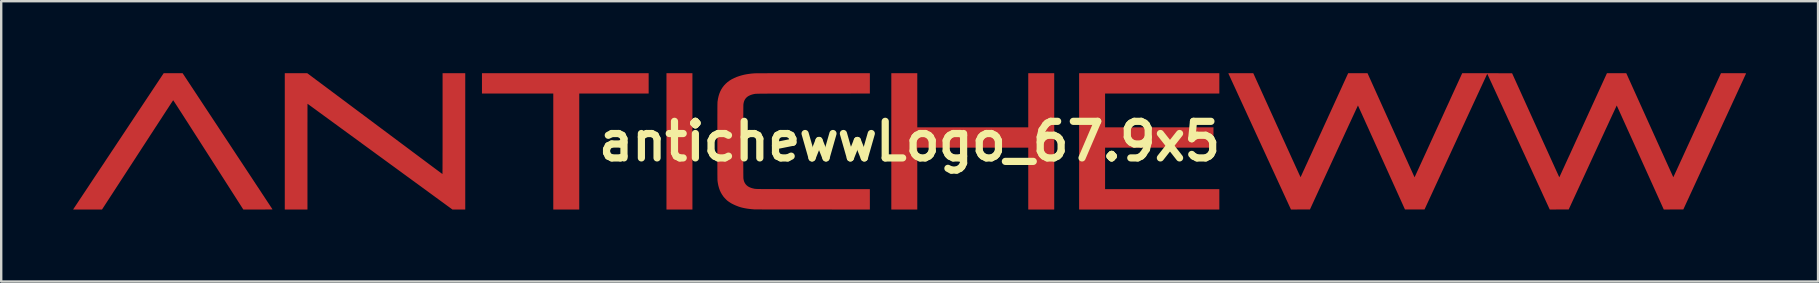
<source format=kicad_pcb>
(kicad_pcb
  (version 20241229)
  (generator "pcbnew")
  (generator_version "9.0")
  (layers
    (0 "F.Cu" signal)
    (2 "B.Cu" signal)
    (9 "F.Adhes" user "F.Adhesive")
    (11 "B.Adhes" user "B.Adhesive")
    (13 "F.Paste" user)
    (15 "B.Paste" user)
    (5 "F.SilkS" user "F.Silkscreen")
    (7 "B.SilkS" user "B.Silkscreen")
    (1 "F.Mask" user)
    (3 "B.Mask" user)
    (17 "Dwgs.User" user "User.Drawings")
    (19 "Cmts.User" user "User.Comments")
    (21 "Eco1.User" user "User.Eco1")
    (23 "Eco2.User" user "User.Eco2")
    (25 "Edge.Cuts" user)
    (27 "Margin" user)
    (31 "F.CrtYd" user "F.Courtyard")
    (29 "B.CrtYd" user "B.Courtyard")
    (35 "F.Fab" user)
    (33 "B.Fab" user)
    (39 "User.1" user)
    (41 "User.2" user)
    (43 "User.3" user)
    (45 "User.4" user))
  (footprint "antichewwLogo_67.9x5"
    (layer "F.Cu")
    (at 34.851 2.84)
    (property "Reference" "antichewwLogo_67.9x5" (at 0 0 0) (layer "F.SilkS") (effects (font (size 1.524 1.524) (thickness 0.3))))
    (attr through_hole)
    (pad "1" smd custom (at -30.734 -2.286) (size 0.508 0.508) (layers "F.Cu" "F.Mask") (options (anchor circle)) (primitives (gr_poly (pts (xy 2.309 2.282) (xy 2.411 2.436) (xy 2.511 2.589) (xy 2.611 2.739) (xy 2.708 2.887) (xy 2.804 3.032) (xy 2.898 3.174) (xy 2.989 3.312) (xy 3.079 3.448) (xy 3.166 3.58) (xy 3.25 3.707) (xy 3.332 3.831) (xy 3.411 3.951) (xy 3.486 4.066) (xy 3.559 4.176) (xy 3.629 4.281) (xy 3.695 4.381) (xy 3.757 4.476) (xy 3.816 4.565) (xy 3.871 4.649) (xy 3.922 4.726) (xy 3.969 4.797) (xy 4.011 4.861) (xy 4.05 4.919) (xy 4.083 4.97) (xy 4.112 5.014) (xy 4.136 5.05) (xy 4.155 5.079) (xy 4.168 5.099) (xy 4.177 5.112) (xy 4.18 5.117) (xy 4.18 5.117) (xy 4.175 5.117) (xy 4.161 5.118) (xy 4.137 5.118) (xy 4.106 5.119) (xy 4.067 5.119) (xy 4.021 5.12) (xy 3.968 5.12) (xy 3.909 5.12) (xy 3.846 5.121) (xy 3.777 5.121) (xy 3.705 5.121) (xy 3.63 5.121) (xy 3.578 5.121) (xy 2.974 5.121) (xy 1.514 2.84) (xy 1.403 2.667) (xy 1.298 2.503) (xy 1.198 2.347) (xy 1.104 2.199) (xy 1.014 2.059) (xy 0.929 1.927) (xy 0.849 1.802) (xy 0.774 1.685) (xy 0.703 1.574) (xy 0.637 1.47) (xy 0.574 1.374) (xy 0.516 1.283) (xy 0.462 1.199) (xy 0.412 1.121) (xy 0.366 1.05) (xy 0.323 0.984) (xy 0.284 0.923) (xy 0.249 0.868) (xy 0.217 0.819) (xy 0.188 0.774) (xy 0.162 0.734) (xy 0.139 0.699) (xy 0.119 0.668) (xy 0.102 0.642) (xy 0.087 0.62) (xy 0.075 0.602) (xy 0.065 0.588) (xy 0.057 0.577) (xy 0.052 0.57) (xy 0.048 0.566) (xy 0.047 0.565) (xy 0.047 0.565) (xy 0.044 0.569) (xy 0.035 0.582) (xy 0.022 0.603) (xy 0.003 0.632) (xy -0.021 0.668) (xy -0.049 0.711) (xy -0.082 0.762) (xy -0.12 0.819) (xy -0.161 0.883) (xy -0.207 0.953) (xy -0.257 1.029) (xy -0.31 1.111) (xy -0.367 1.199) (xy -0.427 1.292) (xy -0.491 1.39) (xy -0.558 1.492) (xy -0.628 1.6) (xy -0.701 1.711) (xy -0.776 1.827) (xy -0.854 1.946) (xy -0.934 2.069) (xy -1.016 2.195) (xy -1.1 2.325) (xy -1.186 2.457) (xy -1.274 2.592) (xy -1.363 2.729) (xy -1.439 2.846) (xy -2.919 5.121) (xy -4.112 5.121) (xy -4.095 5.095) (xy -4.091 5.088) (xy -4.081 5.074) (xy -4.067 5.052) (xy -4.047 5.022) (xy -4.022 4.985) (xy -3.993 4.941) (xy -3.959 4.891) (xy -3.921 4.833) (xy -3.879 4.77) (xy -3.834 4.701) (xy -3.784 4.627) (xy -3.731 4.547) (xy -3.675 4.462) (xy -3.615 4.373) (xy -3.553 4.279) (xy -3.488 4.182) (xy -3.421 4.08) (xy -3.351 3.975) (xy -3.279 3.867) (xy -3.206 3.756) (xy -3.13 3.643) (xy -3.053 3.527) (xy -2.992 3.434) (xy -2.904 3.303) (xy -2.814 3.168) (xy -2.722 3.028) (xy -2.627 2.886) (xy -2.531 2.741) (xy -2.433 2.595) (xy -2.335 2.447) (xy -2.237 2.299) (xy -2.138 2.151) (xy -2.04 2.003) (xy -1.943 1.857) (xy -1.848 1.714) (xy -1.754 1.572) (xy -1.662 1.435) (xy -1.574 1.301) (xy -1.488 1.172) (xy -1.406 1.048) (xy -1.327 0.93) (xy -1.253 0.819) (xy -1.184 0.715) (xy -1.125 0.626) (xy -0.344 -0.549) (xy 0.047 -0.549) (xy 0.439 -0.549) (xy 2.309 2.282)) (width 0.01) (fill yes))))
    (pad "1" smd custom (at -25.4 -2.286) (size 0.508 0.508) (layers "F.Cu" "F.Mask") (options (anchor circle)) (primitives (gr_poly (pts (xy 2.394 1.014) (xy 2.531 1.116) (xy 2.669 1.219) (xy 2.807 1.322) (xy 2.945 1.425) (xy 3.083 1.528) (xy 3.219 1.63) (xy 3.355 1.731) (xy 3.489 1.831) (xy 3.622 1.93) (xy 3.752 2.028) (xy 3.88 2.123) (xy 4.005 2.216) (xy 4.126 2.307) (xy 4.244 2.395) (xy 4.358 2.479) (xy 4.467 2.561) (xy 4.572 2.639) (xy 4.671 2.714) (xy 4.766 2.784) (xy 4.854 2.85) (xy 4.936 2.911) (xy 5.011 2.967) (xy 5.08 3.018) (xy 5.141 3.064) (xy 5.195 3.104) (xy 5.21 3.116) (xy 5.286 3.172) (xy 5.36 3.228) (xy 5.432 3.281) (xy 5.5 3.332) (xy 5.565 3.38) (xy 5.626 3.426) (xy 5.683 3.468) (xy 5.736 3.507) (xy 5.783 3.542) (xy 5.825 3.573) (xy 5.861 3.6) (xy 5.89 3.621) (xy 5.913 3.638) (xy 5.929 3.65) (xy 5.937 3.656) (xy 5.938 3.656) (xy 5.939 3.655) (xy 5.939 3.651) (xy 5.94 3.643) (xy 5.94 3.632) (xy 5.941 3.616) (xy 5.941 3.597) (xy 5.941 3.573) (xy 5.942 3.544) (xy 5.942 3.51) (xy 5.942 3.471) (xy 5.943 3.427) (xy 5.943 3.377) (xy 5.943 3.321) (xy 5.943 3.259) (xy 5.944 3.19) (xy 5.944 3.115) (xy 5.944 3.032) (xy 5.944 2.942) (xy 5.944 2.845) (xy 5.944 2.74) (xy 5.945 2.627) (xy 5.945 2.505) (xy 5.945 2.375) (xy 5.945 2.237) (xy 5.945 2.089) (xy 5.945 1.931) (xy 5.945 1.765) (xy 5.945 1.588) (xy 5.945 1.555) (xy 5.945 -0.549) (xy 6.88 -0.549) (xy 6.88 5.121) (xy 6.352 5.121) (xy 6.323 5.099) (xy 6.315 5.094) (xy 6.3 5.083) (xy 6.278 5.066) (xy 6.248 5.045) (xy 6.213 5.019) (xy 6.171 4.989) (xy 6.124 4.955) (xy 6.073 4.917) (xy 6.017 4.876) (xy 5.957 4.832) (xy 5.893 4.786) (xy 5.826 4.737) (xy 5.757 4.686) (xy 5.686 4.634) (xy 5.663 4.618) (xy 5.618 4.585) (xy 5.566 4.547) (xy 5.506 4.503) (xy 5.439 4.454) (xy 5.365 4.4) (xy 5.285 4.341) (xy 5.198 4.278) (xy 5.106 4.211) (xy 5.008 4.139) (xy 4.905 4.064) (xy 4.797 3.986) (xy 4.685 3.904) (xy 4.569 3.819) (xy 4.449 3.732) (xy 4.326 3.642) (xy 4.199 3.549) (xy 4.07 3.455) (xy 3.939 3.359) (xy 3.805 3.262) (xy 3.67 3.163) (xy 3.534 3.064) (xy 3.396 2.963) (xy 3.258 2.863) (xy 3.12 2.762) (xy 2.982 2.661) (xy 2.889 2.593) (xy 2.754 2.495) (xy 2.621 2.398) (xy 2.49 2.302) (xy 2.361 2.207) (xy 2.233 2.114) (xy 2.108 2.023) (xy 1.986 1.934) (xy 1.867 1.847) (xy 1.75 1.762) (xy 1.638 1.68) (xy 1.529 1.6) (xy 1.424 1.524) (xy 1.323 1.45) (xy 1.227 1.38) (xy 1.136 1.313) (xy 1.05 1.251) (xy 0.969 1.192) (xy 0.894 1.137) (xy 0.825 1.087) (xy 0.762 1.041) (xy 0.706 1) (xy 0.656 0.963) (xy 0.614 0.932) (xy 0.578 0.907) (xy 0.551 0.886) (xy 0.531 0.872) (xy 0.527 0.869) (xy 0.486 0.839) (xy 0.447 0.811) (xy 0.411 0.785) (xy 0.38 0.762) (xy 0.353 0.743) (xy 0.331 0.727) (xy 0.316 0.717) (xy 0.308 0.711) (xy 0.307 0.711) (xy 0.307 0.716) (xy 0.307 0.731) (xy 0.307 0.755) (xy 0.307 0.789) (xy 0.307 0.831) (xy 0.306 0.882) (xy 0.306 0.941) (xy 0.306 1.008) (xy 0.306 1.083) (xy 0.306 1.165) (xy 0.306 1.253) (xy 0.306 1.349) (xy 0.306 1.45) (xy 0.305 1.557) (xy 0.305 1.67) (xy 0.305 1.789) (xy 0.305 1.912) (xy 0.305 2.04) (xy 0.305 2.172) (xy 0.305 2.308) (xy 0.305 2.448) (xy 0.305 2.591) (xy 0.305 2.737) (xy 0.305 2.885) (xy 0.305 5.121) (xy -0.63 5.121) (xy -0.63 -0.549) (xy 0.299 -0.549) (xy 2.394 1.014)) (width 0.01) (fill yes))))
    (pad "1" smd custom (at -14.732 -2.286) (size 0.508 0.508) (layers "F.Cu" "F.Mask") (options (anchor circle)) (primitives (gr_poly (pts (xy 3.854 0.289) (xy 0.962 0.289) (xy 0.962 5.121) (xy -0.11 5.121) (xy -0.11 0.289) (xy -3.082 0.289) (xy -3.082 -0.549) (xy 3.854 -0.549) (xy 3.854 0.289)) (width 0.01) (fill yes))))
    (pad "1" smd custom (at -9.652 -2.286) (size 0.508 0.508) (layers "F.Cu" "F.Mask") (options (anchor circle)) (primitives (gr_poly (pts (xy 0.598 5.121) (xy -0.474 5.121) (xy -0.474 -0.549) (xy 0.598 -0.549) (xy 0.598 5.121)) (width 0.01) (fill yes))))
    (pad "1" smd custom (at -3.302 -2.286) (size 0.508 0.508) (layers "F.Cu" "F.Mask") (options (anchor circle)) (primitives (gr_poly (pts (xy 1.641 0.289) (xy -0.716 0.291) (xy -0.901 0.291) (xy -1.077 0.291) (xy -1.243 0.291) (xy -1.4 0.291) (xy -1.547 0.291) (xy -1.686 0.291) (xy -1.817 0.291) (xy -1.939 0.291) (xy -2.053 0.291) (xy -2.16 0.292) (xy -2.259 0.292) (xy -2.352 0.292) (xy -2.437 0.292) (xy -2.516 0.292) (xy -2.589 0.292) (xy -2.656 0.293) (xy -2.717 0.293) (xy -2.773 0.293) (xy -2.823 0.294) (xy -2.869 0.294) (xy -2.91 0.295) (xy -2.947 0.295) (xy -2.981 0.296) (xy -3.01 0.296) (xy -3.036 0.297) (xy -3.059 0.298) (xy -3.079 0.299) (xy -3.096 0.299) (xy -3.111 0.3) (xy -3.125 0.301) (xy -3.136 0.303) (xy -3.146 0.304) (xy -3.155 0.305) (xy -3.163 0.306) (xy -3.17 0.308) (xy -3.177 0.309) (xy -3.184 0.311) (xy -3.191 0.312) (xy -3.199 0.314) (xy -3.208 0.316) (xy -3.209 0.317) (xy -3.263 0.33) (xy -3.317 0.348) (xy -3.368 0.37) (xy -3.414 0.393) (xy -3.442 0.41) (xy -3.493 0.451) (xy -3.536 0.498) (xy -3.571 0.551) (xy -3.598 0.611) (xy -3.617 0.677) (xy -3.628 0.743) (xy -3.629 0.753) (xy -3.629 0.772) (xy -3.63 0.799) (xy -3.63 0.835) (xy -3.631 0.88) (xy -3.631 0.934) (xy -3.632 0.997) (xy -3.632 1.069) (xy -3.632 1.151) (xy -3.633 1.241) (xy -3.633 1.342) (xy -3.633 1.452) (xy -3.633 1.571) (xy -3.633 1.7) (xy -3.633 1.839) (xy -3.634 1.988) (xy -3.634 2.147) (xy -3.634 2.286) (xy -3.634 2.453) (xy -3.634 2.61) (xy -3.633 2.758) (xy -3.633 2.895) (xy -3.633 3.022) (xy -3.633 3.14) (xy -3.633 3.248) (xy -3.633 3.347) (xy -3.632 3.436) (xy -3.632 3.516) (xy -3.632 3.587) (xy -3.631 3.648) (xy -3.631 3.701) (xy -3.63 3.744) (xy -3.63 3.779) (xy -3.629 3.804) (xy -3.629 3.821) (xy -3.628 3.829) (xy -3.616 3.901) (xy -3.596 3.966) (xy -3.568 4.025) (xy -3.532 4.078) (xy -3.489 4.124) (xy -3.442 4.162) (xy -3.402 4.186) (xy -3.354 4.209) (xy -3.302 4.229) (xy -3.248 4.246) (xy -3.209 4.255) (xy -3.201 4.257) (xy -3.193 4.259) (xy -3.185 4.261) (xy -3.178 4.263) (xy -3.171 4.264) (xy -3.164 4.265) (xy -3.156 4.267) (xy -3.148 4.268) (xy -3.138 4.269) (xy -3.127 4.27) (xy -3.114 4.271) (xy -3.099 4.272) (xy -3.082 4.273) (xy -3.063 4.274) (xy -3.04 4.275) (xy -3.015 4.275) (xy -2.986 4.276) (xy -2.954 4.277) (xy -2.917 4.277) (xy -2.877 4.278) (xy -2.832 4.278) (xy -2.782 4.279) (xy -2.727 4.279) (xy -2.667 4.279) (xy -2.601 4.279) (xy -2.53 4.28) (xy -2.452 4.28) (xy -2.367 4.28) (xy -2.276 4.28) (xy -2.178 4.28) (xy -2.073 4.281) (xy -1.96 4.281) (xy -1.839 4.281) (xy -1.71 4.281) (xy -1.573 4.281) (xy -1.427 4.281) (xy -1.272 4.281) (xy -1.108 4.281) (xy -0.934 4.281) (xy -0.75 4.281) (xy -0.716 4.281) (xy 1.641 4.283) (xy 1.641 5.121) (xy -0.726 5.12) (xy -0.881 5.12) (xy -1.034 5.12) (xy -1.184 5.12) (xy -1.332 5.12) (xy -1.476 5.12) (xy -1.617 5.12) (xy -1.753 5.12) (xy -1.885 5.12) (xy -2.013 5.119) (xy -2.136 5.119) (xy -2.254 5.119) (xy -2.366 5.119) (xy -2.472 5.119) (xy -2.572 5.118) (xy -2.665 5.118) (xy -2.752 5.118) (xy -2.831 5.118) (xy -2.903 5.117) (xy -2.966 5.117) (xy -3.022 5.117) (xy -3.069 5.117) (xy -3.108 5.116) (xy -3.137 5.116) (xy -3.156 5.116) (xy -3.166 5.116) (xy -3.263 5.108) (xy -3.36 5.098) (xy -3.455 5.086) (xy -3.547 5.07) (xy -3.633 5.053) (xy -3.711 5.034) (xy -3.773 5.016) (xy -3.832 4.996) (xy -3.894 4.972) (xy -3.958 4.946) (xy -4.019 4.918) (xy -4.076 4.89) (xy -4.126 4.864) (xy -4.126 4.863) (xy -4.148 4.85) (xy -4.175 4.833) (xy -4.205 4.813) (xy -4.235 4.793) (xy -4.262 4.774) (xy -4.283 4.758) (xy -4.287 4.755) (xy -4.31 4.735) (xy -4.337 4.709) (xy -4.366 4.68) (xy -4.396 4.648) (xy -4.425 4.616) (xy -4.45 4.586) (xy -4.462 4.57) (xy -4.515 4.492) (xy -4.562 4.409) (xy -4.602 4.322) (xy -4.635 4.228) (xy -4.663 4.128) (xy -4.684 4.02) (xy -4.694 3.952) (xy -4.695 3.945) (xy -4.696 3.938) (xy -4.697 3.929) (xy -4.697 3.919) (xy -4.698 3.908) (xy -4.699 3.894) (xy -4.699 3.878) (xy -4.7 3.859) (xy -4.7 3.837) (xy -4.7 3.812) (xy -4.701 3.783) (xy -4.701 3.75) (xy -4.701 3.713) (xy -4.702 3.67) (xy -4.702 3.623) (xy -4.702 3.57) (xy -4.702 3.511) (xy -4.703 3.446) (xy -4.703 3.375) (xy -4.703 3.297) (xy -4.703 3.211) (xy -4.703 3.118) (xy -4.703 3.018) (xy -4.703 2.909) (xy -4.703 2.791) (xy -4.703 2.664) (xy -4.703 2.529) (xy -4.703 2.383) (xy -4.703 2.286) (xy -4.703 2.134) (xy -4.703 1.992) (xy -4.703 1.86) (xy -4.703 1.737) (xy -4.703 1.622) (xy -4.703 1.516) (xy -4.703 1.419) (xy -4.703 1.328) (xy -4.703 1.246) (xy -4.703 1.17) (xy -4.702 1.101) (xy -4.702 1.038) (xy -4.702 0.982) (xy -4.702 0.931) (xy -4.702 0.886) (xy -4.701 0.845) (xy -4.701 0.809) (xy -4.701 0.778) (xy -4.7 0.75) (xy -4.7 0.726) (xy -4.699 0.706) (xy -4.699 0.688) (xy -4.698 0.673) (xy -4.698 0.66) (xy -4.697 0.649) (xy -4.696 0.64) (xy -4.696 0.631) (xy -4.695 0.624) (xy -4.694 0.62) (xy -4.676 0.505) (xy -4.651 0.398) (xy -4.62 0.298) (xy -4.582 0.205) (xy -4.537 0.118) (xy -4.485 0.037) (xy -4.426 -0.039) (xy -4.359 -0.11) (xy -4.284 -0.177) (xy -4.279 -0.181) (xy -4.195 -0.243) (xy -4.103 -0.299) (xy -4.002 -0.35) (xy -3.893 -0.396) (xy -3.781 -0.434) (xy -3.684 -0.462) (xy -3.589 -0.486) (xy -3.493 -0.505) (xy -3.394 -0.52) (xy -3.291 -0.533) (xy -3.181 -0.542) (xy -3.143 -0.544) (xy -3.131 -0.544) (xy -3.108 -0.545) (xy -3.076 -0.545) (xy -3.033 -0.546) (xy -2.981 -0.546) (xy -2.919 -0.546) (xy -2.848 -0.547) (xy -2.768 -0.547) (xy -2.678 -0.547) (xy -2.579 -0.548) (xy -2.471 -0.548) (xy -2.354 -0.548) (xy -2.229 -0.548) (xy -2.095 -0.548) (xy -1.952 -0.549) (xy -1.8 -0.549) (xy -1.641 -0.549) (xy -1.473 -0.549) (xy -1.297 -0.549) (xy -1.113 -0.549) (xy -0.921 -0.549) (xy -0.722 -0.549) (xy -0.708 -0.549) (xy 1.641 -0.549) (xy 1.641 0.289)) (width 0.01) (fill yes))))
    (pad "1" smd custom (at -0.254 -2.286) (size 0.508 0.508) (layers "F.Cu" "F.Mask") (options (anchor circle)) (primitives (gr_poly (pts (xy 0.569 1.707) (xy 5.203 1.707) (xy 5.203 -0.549) (xy 6.275 -0.549) (xy 6.275 5.121) (xy 5.203 5.121) (xy 5.203 2.545) (xy 0.569 2.545) (xy 0.569 5.121) (xy -0.503 5.121) (xy -0.503 -0.549) (xy 0.569 -0.549) (xy 0.569 1.707)) (width 0.01) (fill yes))))
    (pad "1" smd custom (at 7.62 -2.286) (size 0.508 0.508) (layers "F.Cu" "F.Mask") (options (anchor circle)) (primitives (gr_poly (pts (xy 5.281 0.289) (xy 0.52 0.289) (xy 0.52 1.707) (xy 5.037 1.707) (xy 5.037 2.545) (xy 0.52 2.545) (xy 0.52 4.283) (xy 5.281 4.283) (xy 5.281 5.121) (xy -0.552 5.121) (xy -0.552 -0.549) (xy 5.281 -0.549) (xy 5.281 0.289)) (width 0.01) (fill yes))))
    (pad "1" smd custom (at 13.97 -2.286) (size 0.508 0.508) (layers "F.Cu" "F.Mask") (options (anchor circle)) (primitives (gr_poly (pts (xy 11.131 -0.547) (xy 12.115 1.624) (xy 12.179 1.765) (xy 12.242 1.904) (xy 12.304 2.04) (xy 12.364 2.174) (xy 12.423 2.304) (xy 12.481 2.431) (xy 12.537 2.554) (xy 12.591 2.672) (xy 12.643 2.787) (xy 12.693 2.897) (xy 12.74 3.002) (xy 12.786 3.102) (xy 12.828 3.196) (xy 12.869 3.284) (xy 12.906 3.367) (xy 12.941 3.443) (xy 12.972 3.512) (xy 13.001 3.575) (xy 13.026 3.63) (xy 13.048 3.678) (xy 13.066 3.718) (xy 13.081 3.75) (xy 13.092 3.774) (xy 13.099 3.789) (xy 13.102 3.795) (xy 13.102 3.795) (xy 13.104 3.79) (xy 13.11 3.777) (xy 13.121 3.754) (xy 13.135 3.724) (xy 13.153 3.685) (xy 13.174 3.639) (xy 13.199 3.585) (xy 13.227 3.523) (xy 13.258 3.455) (xy 13.293 3.38) (xy 13.33 3.299) (xy 13.37 3.211) (xy 13.413 3.118) (xy 13.458 3.019) (xy 13.506 2.915) (xy 13.556 2.807) (xy 13.608 2.693) (xy 13.662 2.575) (xy 13.718 2.453) (xy 13.775 2.327) (xy 13.834 2.197) (xy 13.895 2.064) (xy 13.957 1.929) (xy 14.02 1.79) (xy 14.085 1.65) (xy 14.097 1.623) (xy 15.09 -0.549) (xy 15.889 -0.549) (xy 16.869 1.621) (xy 16.933 1.762) (xy 16.996 1.901) (xy 17.057 2.037) (xy 17.118 2.171) (xy 17.176 2.301) (xy 17.234 2.428) (xy 17.289 2.551) (xy 17.343 2.67) (xy 17.395 2.784) (xy 17.445 2.894) (xy 17.492 2.999) (xy 17.537 3.099) (xy 17.58 3.193) (xy 17.62 3.282) (xy 17.657 3.364) (xy 17.692 3.44) (xy 17.723 3.51) (xy 17.752 3.572) (xy 17.777 3.628) (xy 17.799 3.675) (xy 17.817 3.716) (xy 17.831 3.748) (xy 17.842 3.771) (xy 17.849 3.786) (xy 17.852 3.792) (xy 17.852 3.792) (xy 17.854 3.788) (xy 17.861 3.774) (xy 17.871 3.752) (xy 17.885 3.722) (xy 17.903 3.683) (xy 17.925 3.637) (xy 17.949 3.583) (xy 17.978 3.522) (xy 18.009 3.454) (xy 18.043 3.379) (xy 18.081 3.298) (xy 18.121 3.21) (xy 18.163 3.117) (xy 18.209 3.019) (xy 18.256 2.915) (xy 18.306 2.806) (xy 18.358 2.692) (xy 18.412 2.574) (xy 18.468 2.452) (xy 18.526 2.326) (xy 18.585 2.197) (xy 18.646 2.064) (xy 18.708 1.928) (xy 18.771 1.79) (xy 18.836 1.649) (xy 18.848 1.622) (xy 19.841 -0.549) (xy 20.361 -0.549) (xy 20.446 -0.549) (xy 20.522 -0.549) (xy 20.588 -0.549) (xy 20.646 -0.549) (xy 20.696 -0.549) (xy 20.739 -0.548) (xy 20.775 -0.548) (xy 20.804 -0.548) (xy 20.828 -0.547) (xy 20.846 -0.547) (xy 20.86 -0.546) (xy 20.869 -0.545) (xy 20.875 -0.544) (xy 20.877 -0.543) (xy 20.878 -0.542) (xy 20.875 -0.537) (xy 20.869 -0.523) (xy 20.859 -0.5) (xy 20.844 -0.469) (xy 20.826 -0.43) (xy 20.804 -0.383) (xy 20.779 -0.327) (xy 20.75 -0.265) (xy 20.718 -0.195) (xy 20.682 -0.118) (xy 20.644 -0.035) (xy 20.602 0.055) (xy 20.558 0.151) (xy 20.511 0.253) (xy 20.461 0.361) (xy 20.409 0.475) (xy 20.354 0.593) (xy 20.297 0.717) (xy 20.238 0.845) (xy 20.177 0.978) (xy 20.114 1.115) (xy 20.049 1.255) (xy 19.982 1.4) (xy 19.913 1.548) (xy 19.844 1.7) (xy 19.772 1.854) (xy 19.7 2.011) (xy 19.626 2.17) (xy 19.57 2.292) (xy 18.266 5.119) (xy 17.862 5.12) (xy 17.458 5.121) (xy 16.478 2.953) (xy 16.414 2.812) (xy 16.352 2.673) (xy 16.29 2.536) (xy 16.23 2.403) (xy 16.171 2.273) (xy 16.114 2.146) (xy 16.058 2.023) (xy 16.004 1.904) (xy 15.952 1.79) (xy 15.903 1.68) (xy 15.855 1.575) (xy 15.81 1.475) (xy 15.767 1.38) (xy 15.727 1.292) (xy 15.69 1.209) (xy 15.655 1.133) (xy 15.624 1.064) (xy 15.596 1.001) (xy 15.57 0.946) (xy 15.549 0.898) (xy 15.53 0.858) (xy 15.516 0.826) (xy 15.505 0.802) (xy 15.498 0.787) (xy 15.495 0.781) (xy 15.495 0.781) (xy 15.493 0.785) (xy 15.486 0.798) (xy 15.476 0.82) (xy 15.462 0.851) (xy 15.444 0.889) (xy 15.422 0.935) (xy 15.397 0.989) (xy 15.369 1.05) (xy 15.337 1.118) (xy 15.302 1.192) (xy 15.265 1.273) (xy 15.224 1.36) (xy 15.181 1.453) (xy 15.136 1.552) (xy 15.088 1.656) (xy 15.037 1.764) (xy 14.985 1.878) (xy 14.931 1.995) (xy 14.874 2.117) (xy 14.816 2.243) (xy 14.757 2.372) (xy 14.695 2.505) (xy 14.633 2.64) (xy 14.569 2.778) (xy 14.504 2.919) (xy 14.491 2.948) (xy 13.49 5.119) (xy 13.099 5.12) (xy 12.707 5.121) (xy 12.698 5.102) (xy 12.695 5.097) (xy 12.689 5.082) (xy 12.678 5.058) (xy 12.663 5.027) (xy 12.645 4.987) (xy 12.623 4.939) (xy 12.597 4.883) (xy 12.568 4.82) (xy 12.535 4.749) (xy 12.5 4.672) (xy 12.461 4.588) (xy 12.419 4.497) (xy 12.375 4.4) (xy 12.328 4.298) (xy 12.278 4.189) (xy 12.225 4.075) (xy 12.171 3.956) (xy 12.114 3.833) (xy 12.054 3.704) (xy 11.993 3.571) (xy 11.93 3.434) (xy 11.865 3.292) (xy 11.798 3.148) (xy 11.73 2.999) (xy 11.661 2.848) (xy 11.589 2.694) (xy 11.517 2.537) (xy 11.444 2.377) (xy 11.396 2.273) (xy 11.322 2.113) (xy 11.249 1.954) (xy 11.178 1.798) (xy 11.107 1.645) (xy 11.038 1.495) (xy 10.97 1.349) (xy 10.905 1.205) (xy 10.84 1.066) (xy 10.778 0.931) (xy 10.718 0.8) (xy 10.659 0.673) (xy 10.603 0.551) (xy 10.55 0.435) (xy 10.498 0.323) (xy 10.45 0.218) (xy 10.404 0.118) (xy 10.36 0.024) (xy 10.32 -0.064) (xy 10.283 -0.145) (xy 10.248 -0.219) (xy 10.217 -0.286) (xy 10.19 -0.346) (xy 10.165 -0.399) (xy 10.145 -0.443) (xy 10.128 -0.479) (xy 10.115 -0.508) (xy 10.106 -0.527) (xy 10.101 -0.538) (xy 10.1 -0.54) (xy 10.097 -0.536) (xy 10.091 -0.522) (xy 10.08 -0.5) (xy 10.066 -0.47) (xy 10.048 -0.431) (xy 10.026 -0.384) (xy 10.001 -0.33) (xy 9.972 -0.268) (xy 9.94 -0.198) (xy 9.904 -0.122) (xy 9.866 -0.039) (xy 9.824 0.05) (xy 9.78 0.146) (xy 9.733 0.248) (xy 9.683 0.355) (xy 9.631 0.468) (xy 9.576 0.586) (xy 9.519 0.709) (xy 9.46 0.837) (xy 9.398 0.97) (xy 9.335 1.106) (xy 9.27 1.247) (xy 9.203 1.391) (xy 9.135 1.539) (xy 9.065 1.69) (xy 8.994 1.844) (xy 8.922 2.001) (xy 8.848 2.161) (xy 8.79 2.288) (xy 7.483 5.119) (xy 6.674 5.119) (xy 5.694 2.95) (xy 5.63 2.809) (xy 5.568 2.67) (xy 5.506 2.534) (xy 5.446 2.401) (xy 5.387 2.27) (xy 5.33 2.144) (xy 5.274 2.021) (xy 5.22 1.902) (xy 5.169 1.787) (xy 5.119 1.677) (xy 5.071 1.572) (xy 5.026 1.473) (xy 4.984 1.378) (xy 4.944 1.29) (xy 4.906 1.207) (xy 4.872 1.131) (xy 4.84 1.062) (xy 4.812 0.999) (xy 4.787 0.944) (xy 4.765 0.896) (xy 4.747 0.856) (xy 4.733 0.824) (xy 4.722 0.801) (xy 4.715 0.786) (xy 4.712 0.78) (xy 4.712 0.779) (xy 4.71 0.784) (xy 4.703 0.797) (xy 4.693 0.819) (xy 4.679 0.85) (xy 4.661 0.888) (xy 4.639 0.934) (xy 4.614 0.988) (xy 4.586 1.049) (xy 4.554 1.117) (xy 4.52 1.192) (xy 4.482 1.273) (xy 4.442 1.36) (xy 4.399 1.453) (xy 4.353 1.551) (xy 4.305 1.655) (xy 4.255 1.764) (xy 4.202 1.877) (xy 4.148 1.995) (xy 4.092 2.117) (xy 4.034 2.243) (xy 3.974 2.372) (xy 3.913 2.504) (xy 3.85 2.64) (xy 3.787 2.778) (xy 3.722 2.919) (xy 3.708 2.948) (xy 2.708 5.119) (xy 2.315 5.12) (xy 1.923 5.121) (xy 1.911 5.095) (xy 1.909 5.088) (xy 1.902 5.073) (xy 1.891 5.05) (xy 1.876 5.017) (xy 1.857 4.977) (xy 1.835 4.928) (xy 1.809 4.872) (xy 1.78 4.808) (xy 1.747 4.738) (xy 1.712 4.66) (xy 1.673 4.575) (xy 1.631 4.485) (xy 1.586 4.387) (xy 1.539 4.284) (xy 1.489 4.176) (xy 1.436 4.062) (xy 1.381 3.942) (xy 1.324 3.818) (xy 1.265 3.689) (xy 1.204 3.556) (xy 1.14 3.418) (xy 1.075 3.277) (xy 1.009 3.132) (xy 0.94 2.984) (xy 0.871 2.832) (xy 0.8 2.678) (xy 0.727 2.521) (xy 0.654 2.361) (xy 0.608 2.262) (xy 0.534 2.101) (xy 0.461 1.943) (xy 0.39 1.787) (xy 0.319 1.634) (xy 0.25 1.484) (xy 0.183 1.338) (xy 0.117 1.195) (xy 0.053 1.055) (xy -0.009 0.92) (xy -0.069 0.789) (xy -0.127 0.663) (xy -0.183 0.542) (xy -0.237 0.425) (xy -0.288 0.314) (xy -0.336 0.208) (xy -0.382 0.108) (xy -0.425 0.015) (xy -0.466 -0.073) (xy -0.503 -0.154) (xy -0.537 -0.228) (xy -0.568 -0.295) (xy -0.595 -0.354) (xy -0.619 -0.406) (xy -0.639 -0.451) (xy -0.656 -0.487) (xy -0.669 -0.515) (xy -0.677 -0.534) (xy -0.682 -0.545) (xy -0.683 -0.547) (xy -0.678 -0.547) (xy -0.664 -0.547) (xy -0.64 -0.548) (xy -0.609 -0.548) (xy -0.57 -0.548) (xy -0.525 -0.549) (xy -0.473 -0.549) (xy -0.416 -0.549) (xy -0.354 -0.549) (xy -0.288 -0.549) (xy -0.218 -0.549) (xy -0.168 -0.549) (xy 0.347 -0.549) (xy 0.481 -0.253) (xy 0.493 -0.227) (xy 0.509 -0.193) (xy 0.528 -0.15) (xy 0.552 -0.098) (xy 0.578 -0.039) (xy 0.609 0.027) (xy 0.642 0.101) (xy 0.678 0.181) (xy 0.717 0.267) (xy 0.759 0.359) (xy 0.803 0.457) (xy 0.85 0.56) (xy 0.899 0.667) (xy 0.95 0.779) (xy 1.002 0.895) (xy 1.056 1.015) (xy 1.112 1.138) (xy 1.169 1.263) (xy 1.227 1.391) (xy 1.286 1.522) (xy 1.346 1.654) (xy 1.407 1.787) (xy 1.466 1.919) (xy 1.526 2.05) (xy 1.584 2.179) (xy 1.642 2.305) (xy 1.698 2.428) (xy 1.752 2.548) (xy 1.805 2.664) (xy 1.856 2.776) (xy 1.905 2.884) (xy 1.952 2.988) (xy 1.997 3.087) (xy 2.04 3.18) (xy 2.08 3.268) (xy 2.118 3.351) (xy 2.153 3.427) (xy 2.185 3.497) (xy 2.214 3.56) (xy 2.239 3.617) (xy 2.262 3.666) (xy 2.281 3.707) (xy 2.297 3.74) (xy 2.308 3.766) (xy 2.316 3.782) (xy 2.32 3.79) (xy 2.321 3.791) (xy 2.323 3.786) (xy 2.329 3.772) (xy 2.34 3.75) (xy 2.354 3.719) (xy 2.372 3.68) (xy 2.393 3.634) (xy 2.418 3.579) (xy 2.446 3.518) (xy 2.478 3.45) (xy 2.512 3.375) (xy 2.549 3.293) (xy 2.59 3.206) (xy 2.632 3.113) (xy 2.677 3.014) (xy 2.725 2.91) (xy 2.775 2.802) (xy 2.827 2.688) (xy 2.88 2.571) (xy 2.936 2.449) (xy 2.994 2.323) (xy 3.053 2.195) (xy 3.113 2.062) (xy 3.175 1.928) (xy 3.238 1.79) (xy 3.295 1.664) (xy 3.359 1.524) (xy 3.423 1.386) (xy 3.484 1.25) (xy 3.545 1.118) (xy 3.604 0.988) (xy 3.662 0.862) (xy 3.718 0.739) (xy 3.772 0.621) (xy 3.825 0.506) (xy 3.875 0.396) (xy 3.923 0.291) (xy 3.969 0.191) (xy 4.012 0.097) (xy 4.053 0.008) (xy 4.09 -0.074) (xy 4.125 -0.151) (xy 4.157 -0.221) (xy 4.186 -0.283) (xy 4.211 -0.339) (xy 4.233 -0.387) (xy 4.252 -0.428) (xy 4.267 -0.46) (xy 4.278 -0.484) (xy 4.285 -0.499) (xy 4.287 -0.505) (xy 4.308 -0.549) (xy 5.107 -0.549) (xy 6.087 1.623) (xy 6.151 1.764) (xy 6.214 1.903) (xy 6.276 2.04) (xy 6.336 2.173) (xy 6.395 2.303) (xy 6.452 2.43) (xy 6.508 2.553) (xy 6.561 2.672) (xy 6.613 2.787) (xy 6.663 2.897) (xy 6.71 3.002) (xy 6.756 3.101) (xy 6.798 3.196) (xy 6.838 3.284) (xy 6.876 3.367) (xy 6.91 3.443) (xy 6.942 3.512) (xy 6.97 3.575) (xy 6.995 3.63) (xy 7.017 3.678) (xy 7.035 3.718) (xy 7.05 3.75) (xy 7.061 3.774) (xy 7.068 3.789) (xy 7.07 3.795) (xy 7.07 3.795) (xy 7.073 3.79) (xy 7.079 3.777) (xy 7.089 3.755) (xy 7.103 3.725) (xy 7.121 3.686) (xy 7.142 3.641) (xy 7.166 3.588) (xy 7.193 3.529) (xy 7.224 3.463) (xy 7.257 3.391) (xy 7.292 3.313) (xy 7.33 3.23) (xy 7.371 3.142) (xy 7.413 3.049) (xy 7.458 2.952) (xy 7.504 2.851) (xy 7.552 2.747) (xy 7.601 2.639) (xy 7.652 2.528) (xy 7.704 2.414) (xy 7.728 2.361) (xy 7.785 2.236) (xy 7.843 2.11) (xy 7.902 1.981) (xy 7.961 1.852) (xy 8.02 1.722) (xy 8.08 1.592) (xy 8.139 1.463) (xy 8.197 1.335) (xy 8.255 1.209) (xy 8.311 1.086) (xy 8.365 0.966) (xy 8.418 0.851) (xy 8.469 0.74) (xy 8.518 0.634) (xy 8.563 0.534) (xy 8.606 0.44) (xy 8.645 0.354) (xy 8.681 0.276) (xy 8.713 0.206) (xy 8.721 0.189) (xy 9.059 -0.549) (xy 11.131 -0.547)) (width 0.01) (fill yes)))))
  (gr_rect
    (start -3 -3)
    (end 72.704 8.681)
    (stroke (width 0.1) (type default))
    (fill no)
    (layer "Edge.Cuts")))
</source>
